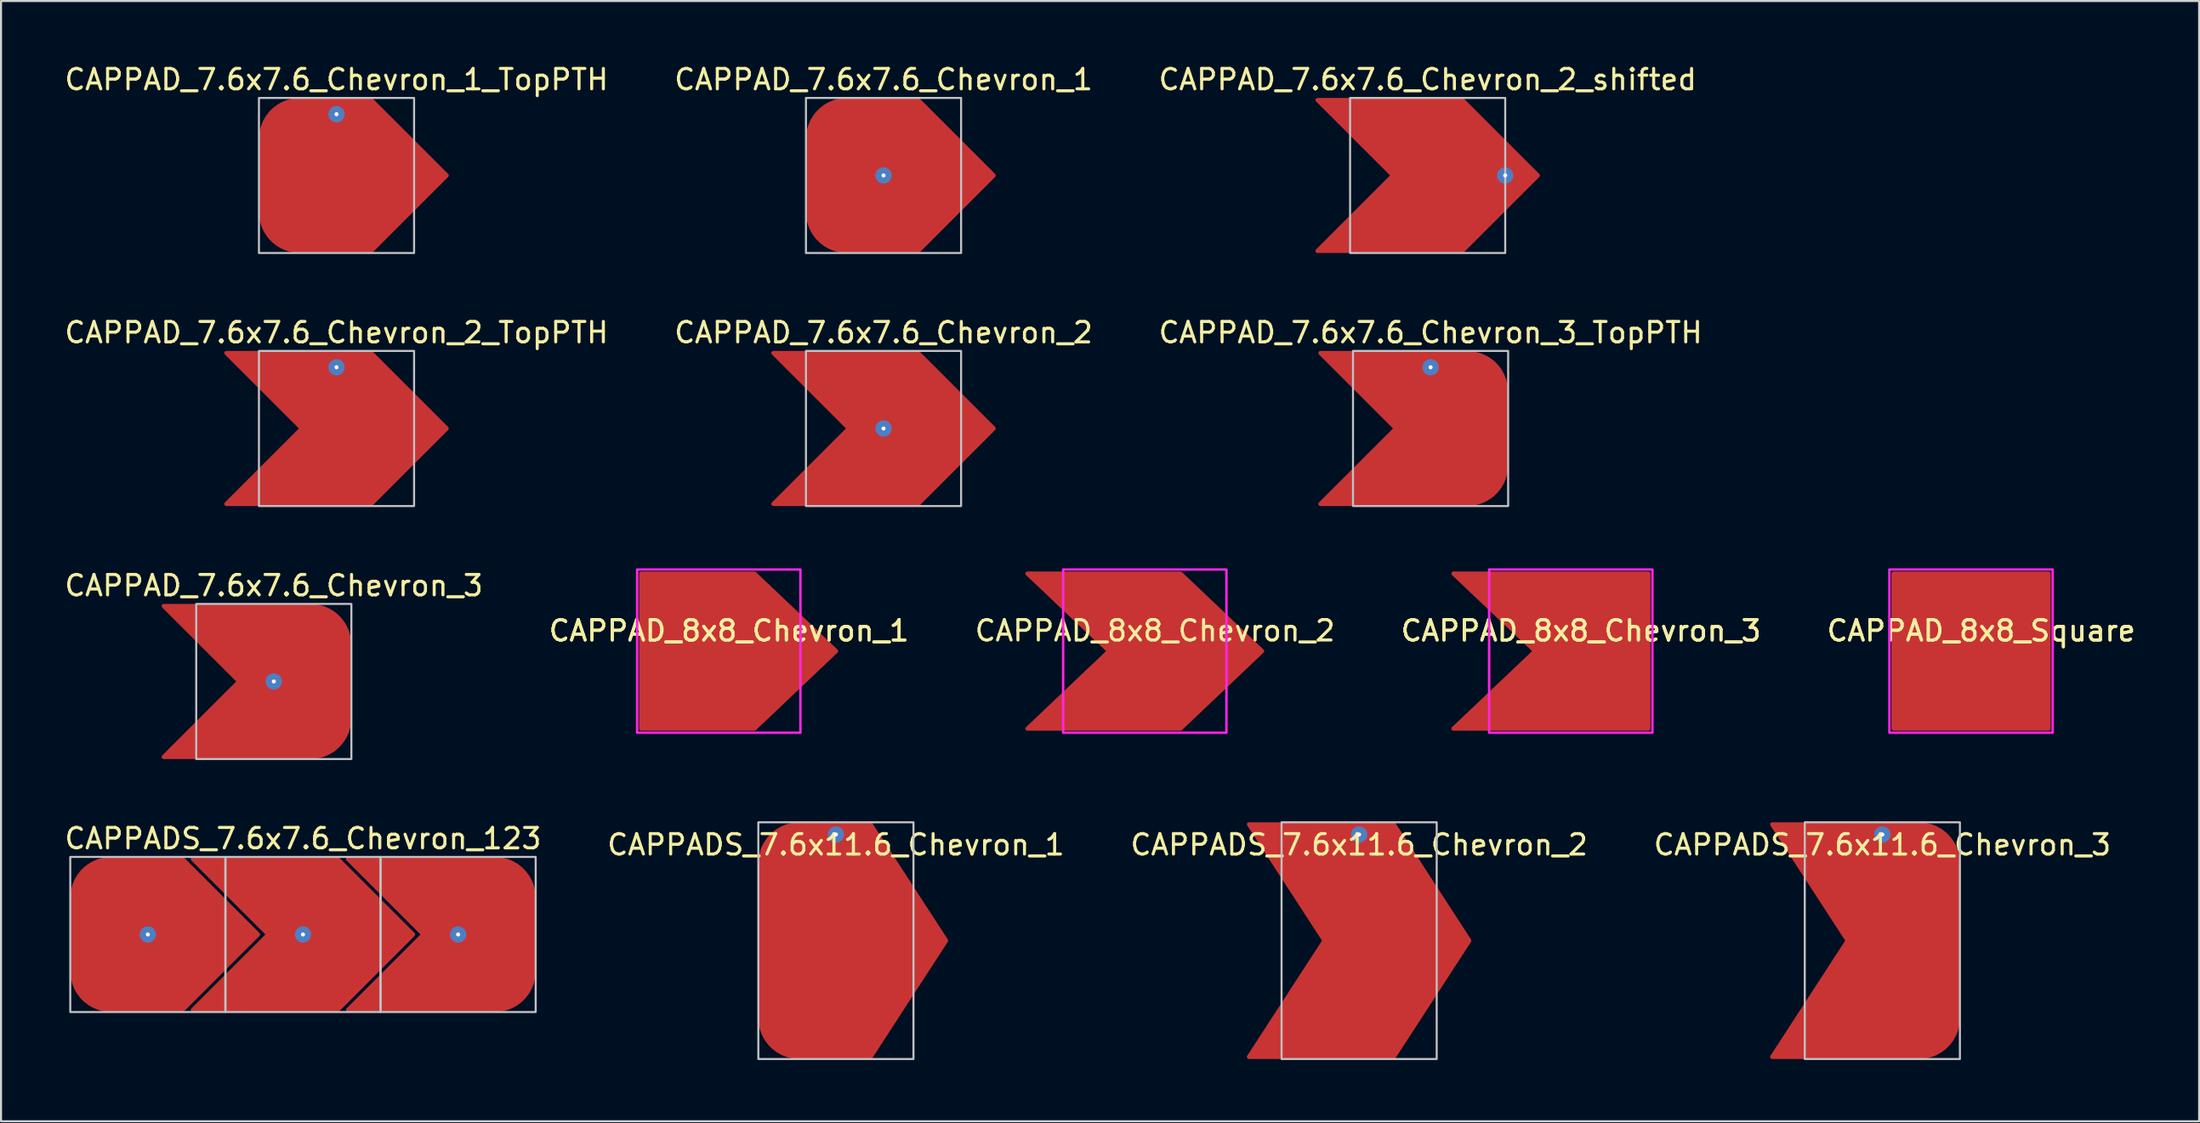
<source format=kicad_pcb>
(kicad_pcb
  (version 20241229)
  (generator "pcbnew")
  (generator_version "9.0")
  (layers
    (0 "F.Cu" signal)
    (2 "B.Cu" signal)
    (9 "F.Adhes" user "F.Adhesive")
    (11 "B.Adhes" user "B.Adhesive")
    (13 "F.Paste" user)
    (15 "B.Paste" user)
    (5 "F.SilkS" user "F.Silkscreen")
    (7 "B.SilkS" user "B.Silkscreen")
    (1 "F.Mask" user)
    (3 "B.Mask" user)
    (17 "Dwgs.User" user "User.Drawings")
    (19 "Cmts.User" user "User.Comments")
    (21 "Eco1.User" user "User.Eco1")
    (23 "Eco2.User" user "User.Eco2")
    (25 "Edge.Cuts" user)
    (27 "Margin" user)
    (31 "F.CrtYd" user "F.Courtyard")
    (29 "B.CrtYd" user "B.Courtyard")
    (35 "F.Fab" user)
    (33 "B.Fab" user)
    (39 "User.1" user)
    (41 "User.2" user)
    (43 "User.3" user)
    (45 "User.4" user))
  (footprint "CAPPAD_7.6x7.6_Chevron_3"
    (layer "F.Cu")
    (at 10.363 30.345)
    (property "Reference" "CAPPAD_7.6x7.6_Chevron_3" (at 0 -4.7 0) (unlocked yes) (layer "F.SilkS") (effects (font (size 1 1) (thickness 0.15))))
    (attr through_hole)
    (fp_rect (start -3.8 -3.8) (end 3.8 3.8) (stroke (width 0.1) (type solid)) (fill no) (layer "Dwgs.User"))
    (pad "1" thru_hole circle (at 0 0) (size 0.8 0.8) (drill 0.2) (layers "*.Cu"))
    (pad "1" smd custom (at 0 0) (size 0.8 0.8) (layers "F.Cu") (options (anchor rect)) (primitives (gr_poly (pts (xy -5.4 -3.7) (xy 1.8 -3.7) (xy 3.7 -1.9) (xy 3.7 1.9) (xy 1.8 3.7) (xy -5.4 3.7) (xy -1.7 0)) (width 0.2) (fill yes)) (gr_circle (center 1.8 1.8) (end 3.7 1.8) (width 0.2) (fill yes)) (gr_circle (center 1.8 -1.8) (end 3.7 -1.8) (width 0.2) (fill yes)))))
  (footprint "CAPPAD_7.6x7.6_Chevron_1"
    (layer "F.Cu")
    (at 40.232 5.548)
    (property "Reference" "CAPPAD_7.6x7.6_Chevron_1" (at 0 -4.7 0) (unlocked yes) (layer "F.SilkS") (effects (font (size 1 1) (thickness 0.15))))
    (attr through_hole)
    (fp_rect (start -3.8 -3.8) (end 3.8 3.8) (stroke (width 0.1) (type solid)) (fill no) (layer "Dwgs.User"))
    (pad "1" thru_hole circle (at 0 0) (size 0.8 0.8) (drill 0.2) (layers "*.Cu"))
    (pad "1" smd custom (at 0 0) (size 0.8 0.8) (layers "F.Cu") (options (anchor rect)) (primitives (gr_poly (pts (xy -1.8 -3.7) (xy 1.7 -3.7) (xy 5.4 0) (xy 1.7 3.7) (xy -1.8 3.7) (xy -3.7 1.8) (xy -3.7 -1.8)) (width 0.2) (fill yes)) (gr_circle (center -1.8 -1.8) (end 0.1 -1.8) (width 0.2) (fill yes)) (gr_circle (center -1.8 1.8) (end 0.1 1.8) (width 0.2) (fill yes)))))
  (footprint "CAPPAD_8x8_Square"
    (layer "F.Cu")
    (at 93.506 28.857)
    (property "Reference" "CAPPAD_8x8_Square" (at 0.5 -1 0) (unlocked yes) (layer "F.SilkS") (effects (font (size 1 1) (thickness 0.15))))
    (fp_rect (start -3.8 -3.8) (end 3.8 3.8) (stroke (width 0.2) (type solid)) (fill yes) (layer "F.Cu"))
    (fp_rect (start -4 -4) (end 4 4) (stroke (width 0.12) (type solid)) (fill no) (layer "F.CrtYd"))
    (fp_text user "${REFERENCE}" (at 0.5 -1 0) (unlocked yes) (layer "F.SilkS") (effects (font (size 1 1) (thickness 0.15)))))
  (footprint "CAPPAD_7.6x7.6_Chevron_2_TopPTH"
    (layer "F.Cu")
    (at 13.435 17.947)
    (property "Reference" "CAPPAD_7.6x7.6_Chevron_2_TopPTH" (at 0 -4.7 0) (unlocked yes) (layer "F.SilkS") (effects (font (size 1 1) (thickness 0.15))))
    (attr through_hole)
    (fp_rect (start -3.8 -3.8) (end 3.8 3.8) (stroke (width 0.1) (type solid)) (fill no) (layer "Dwgs.User"))
    (pad "1" thru_hole circle (at 0 -3) (size 0.8 0.8) (drill 0.2) (layers "*.Cu"))
    (pad "1" smd custom (at 0 0) (size 0.8 0.8) (layers "F.Cu") (options (anchor rect)) (primitives (gr_poly (pts (xy -5.4 -3.7) (xy 1.7 -3.7) (xy 5.4 0) (xy 1.7 3.7) (xy -5.4 3.7) (xy -1.7 0)) (width 0.2) (fill yes)))))
  (footprint "CAPPAD_7.6x7.6_Chevron_1_TopPTH"
    (layer "F.Cu")
    (at 13.435 5.548)
    (property "Reference" "CAPPAD_7.6x7.6_Chevron_1_TopPTH" (at 0 -4.7 0) (unlocked yes) (layer "F.SilkS") (effects (font (size 1 1) (thickness 0.15))))
    (attr through_hole)
    (fp_rect (start -3.8 -3.8) (end 3.8 3.8) (stroke (width 0.1) (type solid)) (fill no) (layer "Dwgs.User"))
    (pad "1" thru_hole circle (at 0 -3) (size 0.8 0.8) (drill 0.2) (layers "*.Cu"))
    (pad "1" smd custom (at 0 0) (size 0.8 0.8) (layers "F.Cu") (options (anchor rect)) (primitives (gr_poly (pts (xy -1.8 -3.7) (xy 1.7 -3.7) (xy 5.4 0) (xy 1.7 3.7) (xy -1.8 3.7) (xy -3.7 1.8) (xy -3.7 -1.8)) (width 0.2) (fill yes)) (gr_circle (center -1.8 -1.8) (end 0.1 -1.8) (width 0.2) (fill yes)) (gr_circle (center -1.8 1.8) (end 0.1 1.8) (width 0.2) (fill yes)))))
  (footprint "CAPPAD_8x8_Chevron_3"
    (layer "F.Cu")
    (at 73.899 28.857)
    (property "Reference" "CAPPAD_8x8_Chevron_3" (at 0.5 -1 0) (unlocked yes) (layer "F.SilkS") (effects (font (size 1 1) (thickness 0.15))))
    (fp_poly (pts (xy 3.8 3.8) (xy -5.75 3.8) (xy -1.75 0) (xy -5.75 -3.8) (xy 3.8 -3.8)) (stroke (width 0.2) (type solid)) (fill yes) (layer "F.Cu"))
    (fp_rect (start -4 -4) (end 4 4) (stroke (width 0.12) (type solid)) (fill no) (layer "F.CrtYd"))
    (fp_text user "${REFERENCE}" (at 0.5 -1 0) (unlocked yes) (layer "F.SilkS") (effects (font (size 1 1) (thickness 0.15)))))
  (footprint "CAPPAD_8x8_Chevron_2"
    (layer "F.Cu")
    (at 53.03 28.857)
    (property "Reference" "CAPPAD_8x8_Chevron_2" (at 0.5 -1 0) (unlocked yes) (layer "F.SilkS") (effects (font (size 1 1) (thickness 0.15))))
    (fp_poly (pts (xy 5.75 0) (xy 1.75 3.8) (xy -5.75 3.8) (xy -1.75 0) (xy -5.75 -3.8) (xy 1.75 -3.8)) (stroke (width 0.2) (type solid)) (fill yes) (layer "F.Cu"))
    (fp_rect (start -4 -4) (end 4 4) (stroke (width 0.12) (type solid)) (fill no) (layer "F.CrtYd")))
  (footprint "CAPPAD_8x8_Chevron_1"
    (layer "F.Cu")
    (at 32.161 28.857)
    (property "Reference" "CAPPAD_8x8_Chevron_1" (at 0.5 -1 0) (unlocked yes) (layer "F.SilkS") (effects (font (size 1 1) (thickness 0.15))))
    (fp_poly (pts (xy 5.75 0) (xy 1.75 3.8) (xy -3.8 3.8) (xy -3.8 -3.8) (xy 1.75 -3.8)) (stroke (width 0.2) (type solid)) (fill yes) (layer "F.Cu"))
    (fp_rect (start -4 -4) (end 4 4) (stroke (width 0.12) (type solid)) (fill no) (layer "F.CrtYd"))
    (fp_text user "${REFERENCE}" (at 0.5 -1 0) (unlocked yes) (layer "F.SilkS") (effects (font (size 1 1) (thickness 0.15)))))
  (footprint "CAPPAD_7.6x7.6_Chevron_2"
    (layer "F.Cu")
    (at 40.232 17.947)
    (property "Reference" "CAPPAD_7.6x7.6_Chevron_2" (at 0 -4.7 0) (unlocked yes) (layer "F.SilkS") (effects (font (size 1 1) (thickness 0.15))))
    (attr through_hole)
    (fp_rect (start -3.8 -3.8) (end 3.8 3.8) (stroke (width 0.1) (type solid)) (fill no) (layer "Dwgs.User"))
    (pad "1" thru_hole circle (at 0 0) (size 0.8 0.8) (drill 0.2) (layers "*.Cu"))
    (pad "1" smd custom (at 0 0) (size 0.8 0.8) (layers "F.Cu") (options (anchor rect)) (primitives (gr_poly (pts (xy -5.4 -3.7) (xy 1.7 -3.7) (xy 5.4 0) (xy 1.7 3.7) (xy -5.4 3.7) (xy -1.7 0)) (width 0.2) (fill yes)))))
  (footprint "CAPPADS_7.6x7.6_Chevron_123"
    (layer "F.Cu")
    (at 11.792 42.743)
    (property "Reference" "CAPPADS_7.6x7.6_Chevron_123" (at 0 -4.7 0) (unlocked yes) (layer "F.SilkS") (effects (font (size 1 1) (thickness 0.15))))
    (attr through_hole)
    (fp_rect (start -11.4 -3.8) (end -3.8 3.8) (stroke (width 0.1) (type solid)) (fill no) (layer "Dwgs.User"))
    (fp_rect (start -3.8 -3.8) (end 3.8 3.8) (stroke (width 0.1) (type solid)) (fill no) (layer "Dwgs.User"))
    (fp_rect (start 3.8 -3.8) (end 11.4 3.8) (stroke (width 0.1) (type solid)) (fill no) (layer "Dwgs.User"))
    (pad "1" thru_hole circle (at -7.6 0) (size 0.8 0.8) (drill 0.2) (layers "*.Cu"))
    (pad "1" smd custom (at -7.6 0) (size 0.8 0.8) (layers "F.Cu") (options (anchor rect)) (primitives (gr_poly (pts (xy -1.8 -3.7) (xy 1.7 -3.7) (xy 5.4 0) (xy 1.7 3.7) (xy -1.8 3.7) (xy -3.7 1.8) (xy -3.7 -1.8)) (width 0.2) (fill yes)) (gr_circle (center -1.8 -1.8) (end 0.1 -1.8) (width 0.2) (fill yes)) (gr_circle (center -1.8 1.8) (end 0.1 1.8) (width 0.2) (fill yes))))
    (pad "1" thru_hole circle (at 0 0) (size 0.8 0.8) (drill 0.2) (layers "*.Cu"))
    (pad "1" smd custom (at 0 0) (size 0.8 0.8) (layers "F.Cu") (options (anchor rect)) (primitives (gr_poly (pts (xy -5.4 -3.7) (xy 1.7 -3.7) (xy 5.4 0) (xy 1.7 3.7) (xy -5.4 3.7) (xy -1.7 0)) (width 0.2) (fill yes))))
    (pad "1" thru_hole circle (at 7.6 0) (size 0.8 0.8) (drill 0.2) (layers "*.Cu"))
    (pad "1" smd custom (at 7.6 0) (size 0.8 0.8) (layers "F.Cu") (options (anchor rect)) (primitives (gr_poly (pts (xy -5.4 -3.7) (xy 1.8 -3.7) (xy 3.7 -1.9) (xy 3.7 1.9) (xy 1.8 3.7) (xy -5.4 3.7) (xy -1.7 0)) (width 0.2) (fill yes)) (gr_circle (center 1.8 1.8) (end 3.7 1.8) (width 0.2) (fill yes)) (gr_circle (center 1.8 -1.8) (end 3.7 -1.8) (width 0.2) (fill yes)))))
  (footprint "CAPPAD_7.6x7.6_Chevron_2_shifted"
    (layer "F.Cu")
    (at 66.887 5.548)
    (property "Reference" "CAPPAD_7.6x7.6_Chevron_2_shifted" (at 0 -4.7 0) (unlocked yes) (layer "F.SilkS") (effects (font (size 1 1) (thickness 0.15))))
    (attr through_hole)
    (fp_rect (start -3.8 -3.8) (end 3.8 3.8) (stroke (width 0.1) (type solid)) (fill no) (layer "Dwgs.User"))
    (pad "1" smd custom (at 0 0) (size 0.8 0.8) (layers "F.Cu") (options (anchor rect)) (primitives (gr_poly (pts (xy -5.4 -3.7) (xy 1.7 -3.7) (xy 5.4 0) (xy 1.7 3.7) (xy -5.4 3.7) (xy -1.7 0)) (width 0.2) (fill yes))))
    (pad "1" thru_hole circle (at 3.8 0) (size 0.8 0.8) (drill 0.2) (layers "*.Cu")))
  (footprint "CAPPADS_7.6x11.6_Chevron_1"
    (layer "F.Cu")
    (at 37.899 43.045)
    (property "Reference" "CAPPADS_7.6x11.6_Chevron_1" (at 0 -4.7 0) (unlocked yes) (layer "F.SilkS") (effects (font (size 1 1) (thickness 0.15))))
    (attr through_hole)
    (fp_rect (start -3.8 -5.8) (end 3.8 5.8) (stroke (width 0.1) (type solid)) (fill no) (layer "Dwgs.User"))
    (pad "1" thru_hole circle (at 0 -5.2) (size 0.8 0.8) (drill 0.2) (layers "*.Cu"))
    (pad "1" smd custom (at 0 0) (size 0.8 0.8) (layers "F.Cu") (options (anchor rect)) (primitives (gr_poly (pts (xy -1.8 -5.7) (xy 1.7 -5.7) (xy 5.4 0) (xy 1.7 5.7) (xy -1.8 5.7) (xy -3.7 3.8) (xy -3.7 -3.8)) (width 0.2) (fill yes)) (gr_circle (center -1.8 -3.8) (end 0.1 -3.8) (width 0.2) (fill yes)) (gr_circle (center -1.8 3.8) (end 0.1 3.8) (width 0.2) (fill yes)))))
  (footprint "CAPPADS_7.6x11.6_Chevron_2"
    (layer "F.Cu")
    (at 63.53 43.045)
    (property "Reference" "CAPPADS_7.6x11.6_Chevron_2" (at 0 -4.7 0) (unlocked yes) (layer "F.SilkS") (effects (font (size 1 1) (thickness 0.15))))
    (attr through_hole)
    (fp_rect (start -3.8 -5.8) (end 3.8 5.8) (stroke (width 0.1) (type solid)) (fill no) (layer "Dwgs.User"))
    (pad "1" thru_hole circle (at 0 -5.2) (size 0.8 0.8) (drill 0.2) (layers "*.Cu"))
    (pad "1" smd custom (at 0 0) (size 0.8 0.8) (layers "F.Cu") (options (anchor rect)) (primitives (gr_poly (pts (xy -5.4 -5.7) (xy 1.7 -5.7) (xy 5.4 0) (xy 1.7 5.7) (xy -5.4 5.7) (xy -1.7 0)) (width 0.2) (fill yes)))))
  (footprint "CAPPADS_7.6x11.6_Chevron_3"
    (layer "F.Cu")
    (at 89.161 43.045)
    (property "Reference" "CAPPADS_7.6x11.6_Chevron_3" (at 0 -4.7 0) (unlocked yes) (layer "F.SilkS") (effects (font (size 1 1) (thickness 0.15))))
    (attr through_hole)
    (fp_rect (start -3.8 -5.8) (end 3.8 5.8) (stroke (width 0.1) (type solid)) (fill no) (layer "Dwgs.User"))
    (pad "1" thru_hole circle (at 0 -5.2) (size 0.8 0.8) (drill 0.2) (layers "*.Cu"))
    (pad "1" smd custom (at 0 0) (size 0.8 0.8) (layers "F.Cu") (options (anchor rect)) (primitives (gr_poly (pts (xy -5.4 -5.7) (xy 1.8 -5.7) (xy 3.7 -3.8) (xy 3.7 3.8) (xy 1.8 5.7) (xy -5.4 5.7) (xy -1.7 0)) (width 0.2) (fill yes)) (gr_circle (center 1.8 3.8) (end 3.7 3.8) (width 0.2) (fill yes)) (gr_circle (center 1.8 -3.8) (end 3.7 -3.8) (width 0.2) (fill yes)))))
  (footprint "CAPPAD_7.6x7.6_Chevron_3_TopPTH"
    (layer "F.Cu")
    (at 67.03 17.947)
    (property "Reference" "CAPPAD_7.6x7.6_Chevron_3_TopPTH" (at 0 -4.7 0) (unlocked yes) (layer "F.SilkS") (effects (font (size 1 1) (thickness 0.15))))
    (attr through_hole)
    (fp_rect (start -3.8 -3.8) (end 3.8 3.8) (stroke (width 0.1) (type solid)) (fill no) (layer "Dwgs.User"))
    (pad "1" thru_hole circle (at 0 -3) (size 0.8 0.8) (drill 0.2) (layers "*.Cu"))
    (pad "1" smd custom (at 0 0) (size 0.8 0.8) (layers "F.Cu") (options (anchor rect)) (primitives (gr_poly (pts (xy -5.4 -3.7) (xy 1.8 -3.7) (xy 3.7 -1.8) (xy 3.7 1.8) (xy 1.8 3.7) (xy -5.4 3.7) (xy -1.7 0)) (width 0.2) (fill yes)) (gr_circle (center 1.8 1.8) (end 3.7 1.8) (width 0.2) (fill yes)) (gr_circle (center 1.8 -1.8) (end 3.7 -1.8) (width 0.2) (fill yes)))))
  (gr_rect
    (start -3 -3)
    (end 104.679 51.895)
    (stroke (width 0.1) (type default))
    (fill no)
    (layer "Edge.Cuts")))
</source>
